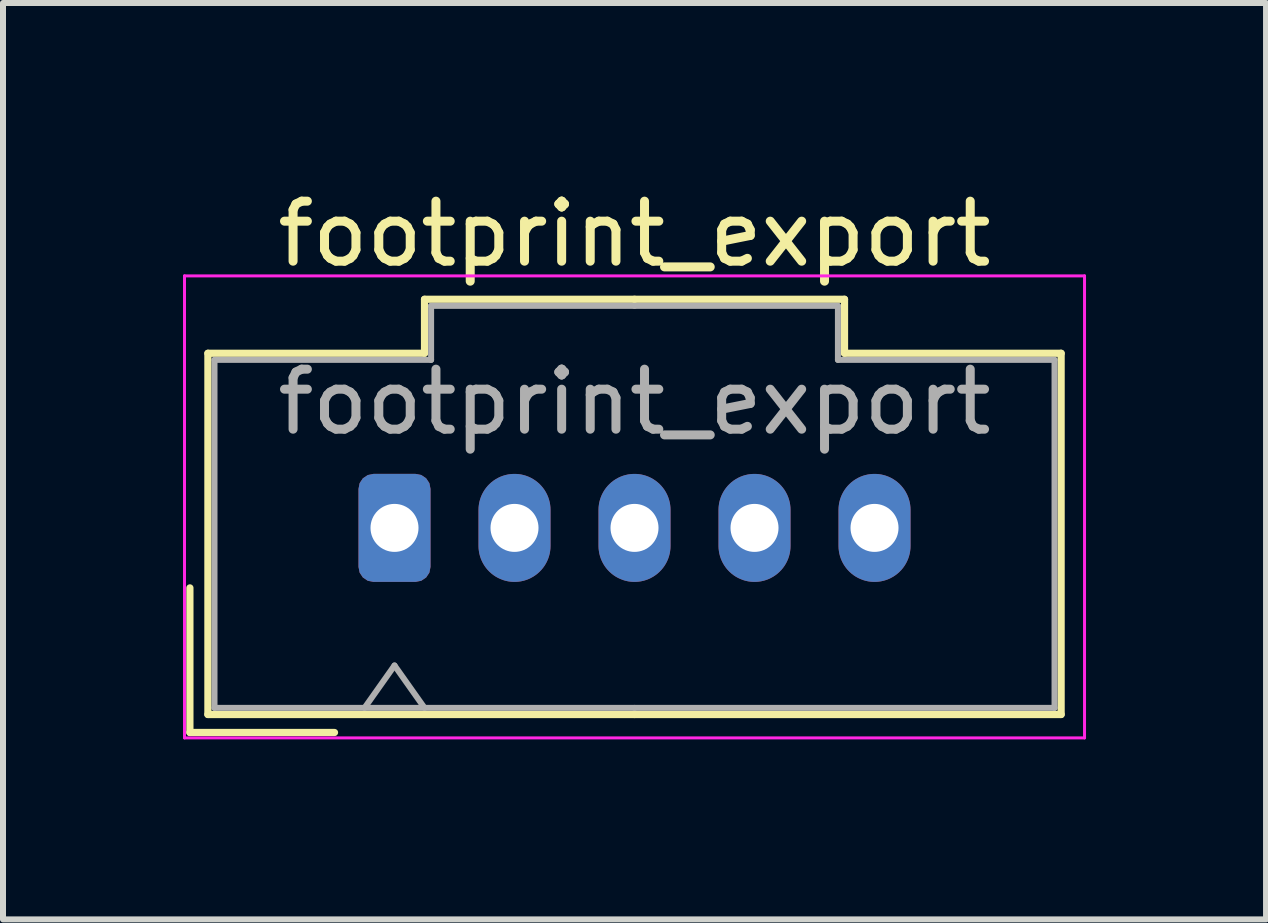
<source format=kicad_pcb>
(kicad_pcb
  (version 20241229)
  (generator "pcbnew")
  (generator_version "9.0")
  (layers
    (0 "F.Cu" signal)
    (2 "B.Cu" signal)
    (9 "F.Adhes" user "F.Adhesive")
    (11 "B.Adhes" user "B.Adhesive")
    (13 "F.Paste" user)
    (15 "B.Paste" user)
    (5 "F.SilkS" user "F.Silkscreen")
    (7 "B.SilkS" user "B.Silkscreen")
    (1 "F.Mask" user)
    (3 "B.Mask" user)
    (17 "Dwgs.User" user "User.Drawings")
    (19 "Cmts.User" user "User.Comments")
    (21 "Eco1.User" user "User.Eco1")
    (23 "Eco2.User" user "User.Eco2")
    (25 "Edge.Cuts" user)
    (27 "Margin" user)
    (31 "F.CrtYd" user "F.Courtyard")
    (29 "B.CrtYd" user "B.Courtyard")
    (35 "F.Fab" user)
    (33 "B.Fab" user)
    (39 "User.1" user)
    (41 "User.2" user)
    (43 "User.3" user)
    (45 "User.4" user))
  (footprint "footprint_export"
    (layer "F.Cu")
    (at 3.525 5.748)
    (property "Reference" "footprint_export" (at 4 -4.9 0) (layer "F.SilkS") (effects (font (size 1 1) (thickness 0.15))))
    (attr through_hole)
    (fp_line (start -3.41 1) (end -3.41 3.41) (stroke (width 0.12) (type solid)) (layer "F.SilkS"))
    (fp_line (start -3.41 3.41) (end -1 3.41) (stroke (width 0.12) (type solid)) (layer "F.SilkS"))
    (fp_line (start -3.11 -2.91) (end -3.11 3.11) (stroke (width 0.12) (type solid)) (layer "F.SilkS"))
    (fp_line (start -3.11 3.11) (end 4 3.11) (stroke (width 0.12) (type solid)) (layer "F.SilkS"))
    (fp_line (start 0.5 -3.81) (end 0.5 -2.91) (stroke (width 0.12) (type solid)) (layer "F.SilkS"))
    (fp_line (start 0.5 -2.91) (end -3.11 -2.91) (stroke (width 0.12) (type solid)) (layer "F.SilkS"))
    (fp_line (start 4 -3.81) (end 0.5 -3.81) (stroke (width 0.12) (type solid)) (layer "F.SilkS"))
    (fp_line (start 4 -3.81) (end 7.5 -3.81) (stroke (width 0.12) (type solid)) (layer "F.SilkS"))
    (fp_line (start 7.5 -3.81) (end 7.5 -2.91) (stroke (width 0.12) (type solid)) (layer "F.SilkS"))
    (fp_line (start 7.5 -2.91) (end 11.11 -2.91) (stroke (width 0.12) (type solid)) (layer "F.SilkS"))
    (fp_line (start 11.11 -2.91) (end 11.11 3.11) (stroke (width 0.12) (type solid)) (layer "F.SilkS"))
    (fp_line (start 11.11 3.11) (end 4 3.11) (stroke (width 0.12) (type solid)) (layer "F.SilkS"))
    (fp_line (start -3.5 -4.2) (end -3.5 3.5) (stroke (width 0.05) (type solid)) (layer "F.CrtYd"))
    (fp_line (start -3.5 3.5) (end 11.5 3.5) (stroke (width 0.05) (type solid)) (layer "F.CrtYd"))
    (fp_line (start 11.5 -4.2) (end -3.5 -4.2) (stroke (width 0.05) (type solid)) (layer "F.CrtYd"))
    (fp_line (start 11.5 3.5) (end 11.5 -4.2) (stroke (width 0.05) (type solid)) (layer "F.CrtYd"))
    (fp_line (start -3 -2.8) (end -3 3) (stroke (width 0.1) (type solid)) (layer "F.Fab"))
    (fp_line (start -3 3) (end 4 3) (stroke (width 0.1) (type solid)) (layer "F.Fab"))
    (fp_line (start -0.5 3) (end 0 2.293) (stroke (width 0.1) (type solid)) (layer "F.Fab"))
    (fp_line (start 0 2.293) (end 0.5 3) (stroke (width 0.1) (type solid)) (layer "F.Fab"))
    (fp_line (start 0.61 -3.7) (end 0.61 -2.8) (stroke (width 0.1) (type solid)) (layer "F.Fab"))
    (fp_line (start 0.61 -2.8) (end -3 -2.8) (stroke (width 0.1) (type solid)) (layer "F.Fab"))
    (fp_line (start 4 -3.7) (end 0.61 -3.7) (stroke (width 0.1) (type solid)) (layer "F.Fab"))
    (fp_line (start 4 -3.7) (end 7.39 -3.7) (stroke (width 0.1) (type solid)) (layer "F.Fab"))
    (fp_line (start 7.39 -3.7) (end 7.39 -2.8) (stroke (width 0.1) (type solid)) (layer "F.Fab"))
    (fp_line (start 7.39 -2.8) (end 11 -2.8) (stroke (width 0.1) (type solid)) (layer "F.Fab"))
    (fp_line (start 11 -2.8) (end 11 3) (stroke (width 0.1) (type solid)) (layer "F.Fab"))
    (fp_line (start 11 3) (end 4 3) (stroke (width 0.1) (type solid)) (layer "F.Fab"))
    (fp_text user "${REFERENCE}" (at 4 -2.1 0) (layer "F.Fab") (effects (font (size 1 1) (thickness 0.15))))
    (pad "1" thru_hole roundrect (at 0 0) (size 1.2 1.8) (drill 0.8) (layers "*.Cu" "*.Mask") (roundrect_rratio 0.208))
    (pad "2" thru_hole oval (at 2 0) (size 1.2 1.8) (drill 0.8) (layers "*.Cu" "*.Mask"))
    (pad "3" thru_hole oval (at 4 0) (size 1.2 1.8) (drill 0.8) (layers "*.Cu" "*.Mask"))
    (pad "4" thru_hole oval (at 6 0) (size 1.2 1.8) (drill 0.8) (layers "*.Cu" "*.Mask"))
    (pad "5" thru_hole oval (at 8 0) (size 1.2 1.8) (drill 0.8) (layers "*.Cu" "*.Mask")))
  (gr_rect
    (start -3 -3)
    (end 18.05 12.273)
    (stroke (width 0.1) (type default))
    (fill no)
    (layer "Edge.Cuts")))
</source>
